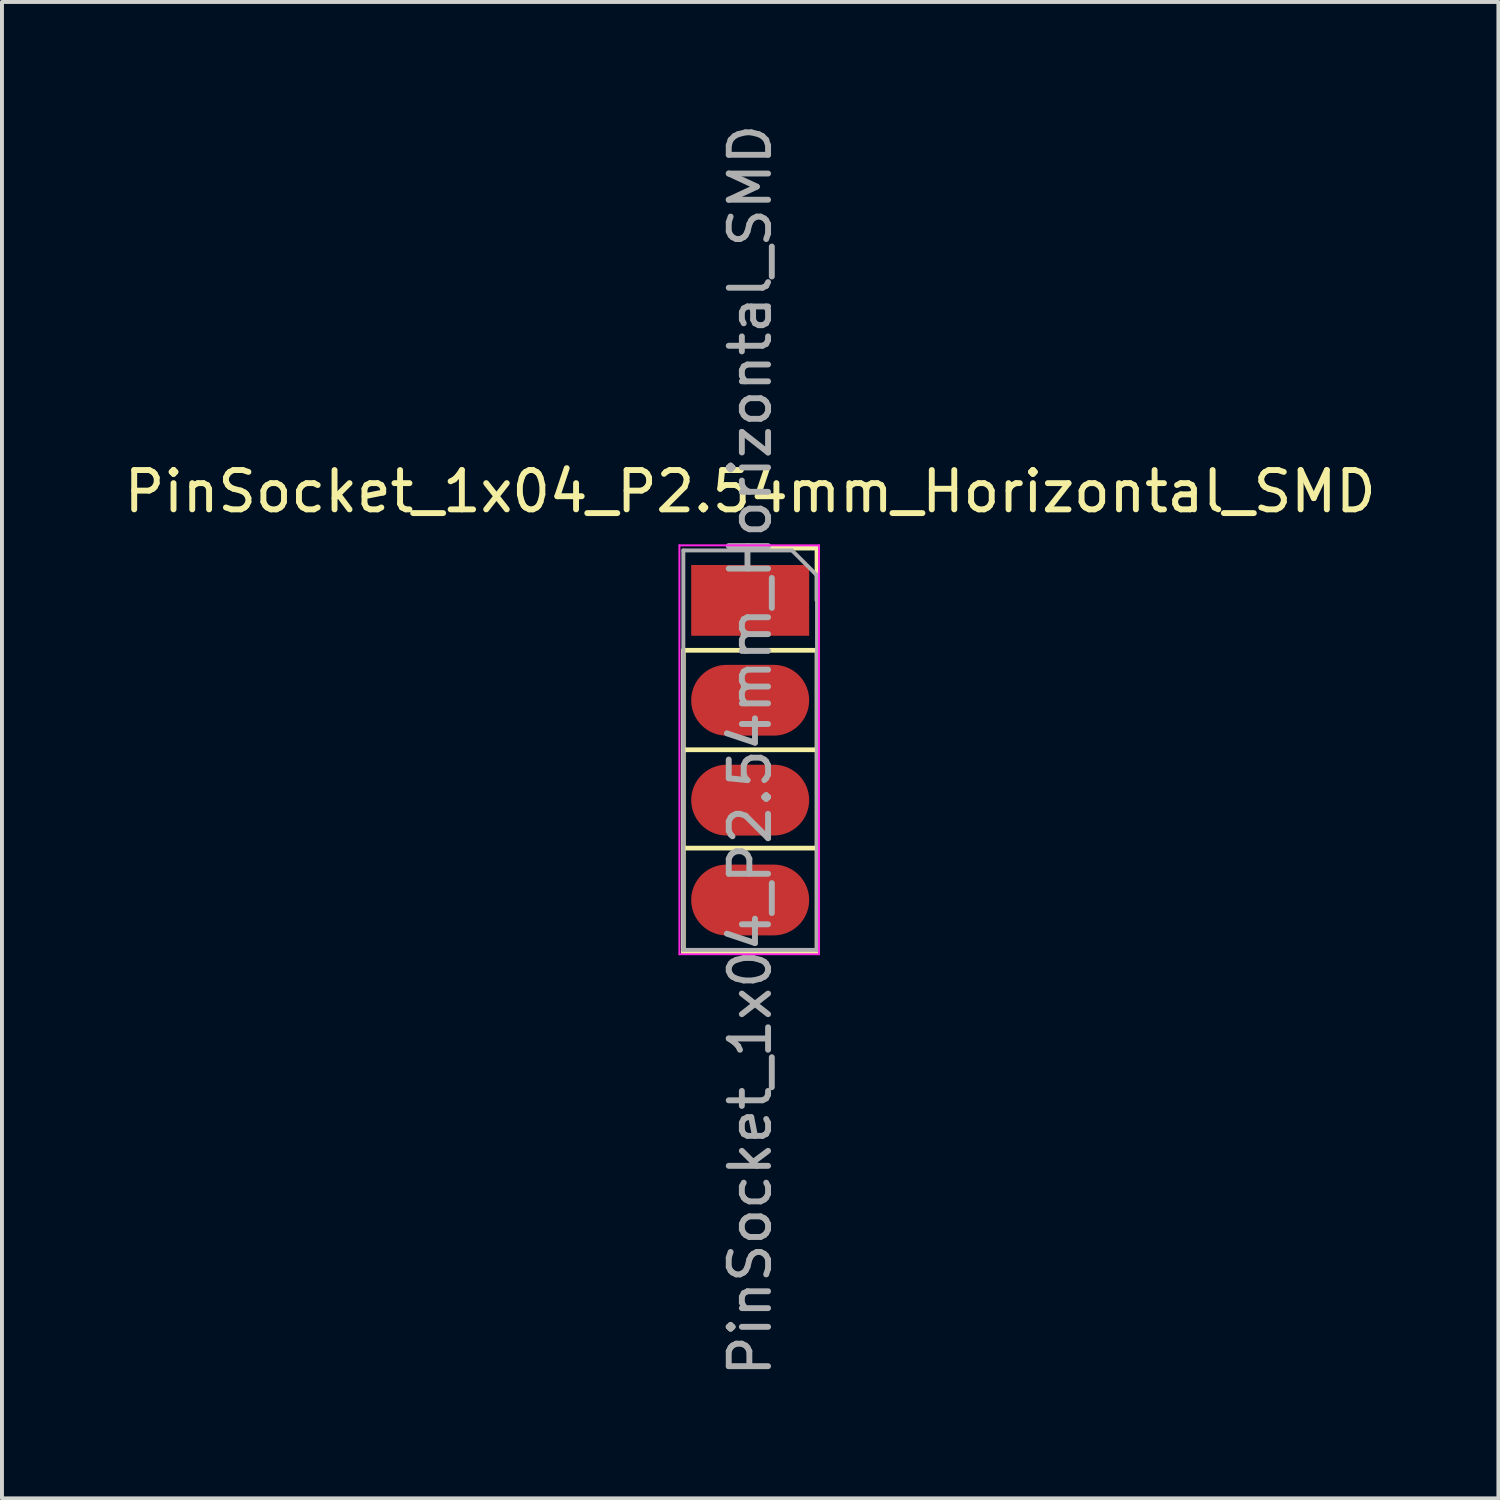
<source format=kicad_pcb>
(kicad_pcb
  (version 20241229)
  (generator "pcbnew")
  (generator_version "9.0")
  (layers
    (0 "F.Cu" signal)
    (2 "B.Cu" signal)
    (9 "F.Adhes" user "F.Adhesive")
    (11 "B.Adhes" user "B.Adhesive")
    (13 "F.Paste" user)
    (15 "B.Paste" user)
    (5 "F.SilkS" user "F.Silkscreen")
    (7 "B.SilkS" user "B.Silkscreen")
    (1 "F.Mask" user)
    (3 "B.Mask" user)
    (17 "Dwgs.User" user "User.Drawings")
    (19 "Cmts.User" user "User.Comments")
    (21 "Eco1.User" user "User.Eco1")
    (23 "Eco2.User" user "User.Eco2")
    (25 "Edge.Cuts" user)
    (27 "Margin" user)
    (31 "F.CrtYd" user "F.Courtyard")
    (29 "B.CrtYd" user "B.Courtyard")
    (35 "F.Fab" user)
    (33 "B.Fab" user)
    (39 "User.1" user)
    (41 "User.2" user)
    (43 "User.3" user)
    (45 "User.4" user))
  (footprint "PinSocket_1x04_P2.54mm_Horizontal_SMD"
    (layer "F.Cu")
    (at 16.03 12.22)
    (property "Reference" "PinSocket_1x04_P2.54mm_Horizontal_SMD" (at 0 -2.77 0) (layer "F.SilkS") (effects (font (size 1 1) (thickness 0.15))))
    (attr through_hole)
    (fp_line (start -1.7 1.27) (end -1.7 8.95) (stroke (width 0.12) (type solid)) (layer "F.SilkS"))
    (fp_line (start -1.7 1.27) (end 1.7 1.27) (stroke (width 0.12) (type solid)) (layer "F.SilkS"))
    (fp_line (start -1.7 3.8) (end 1.7 3.8) (stroke (width 0.12) (type solid)) (layer "F.SilkS"))
    (fp_line (start -1.7 6.3) (end 1.7 6.3) (stroke (width 0.12) (type solid)) (layer "F.SilkS"))
    (fp_line (start -1.7 8.95) (end 1.7 8.95) (stroke (width 0.12) (type solid)) (layer "F.SilkS"))
    (fp_line (start 0.37 -1.33) (end 1.7 -1.33) (stroke (width 0.12) (type solid)) (layer "F.SilkS"))
    (fp_line (start 1.7 -1.33) (end 1.7 0) (stroke (width 0.12) (type solid)) (layer "F.SilkS"))
    (fp_line (start 1.7 1.27) (end 1.7 8.95) (stroke (width 0.12) (type solid)) (layer "F.SilkS"))
    (fp_line (start -1.8 -1.4) (end 1.75 -1.4) (stroke (width 0.05) (type solid)) (layer "F.CrtYd"))
    (fp_line (start -1.8 9) (end -1.8 -1.4) (stroke (width 0.05) (type solid)) (layer "F.CrtYd"))
    (fp_line (start 1.75 -1.4) (end 1.75 9) (stroke (width 0.05) (type solid)) (layer "F.CrtYd"))
    (fp_line (start 1.75 9) (end -1.8 9) (stroke (width 0.05) (type solid)) (layer "F.CrtYd"))
    (fp_line (start -1.7 -1.27) (end 1.065 -1.27) (stroke (width 0.1) (type solid)) (layer "F.Fab"))
    (fp_line (start -1.7 8.89) (end -1.7 -1.27) (stroke (width 0.1) (type solid)) (layer "F.Fab"))
    (fp_line (start 1.065 -1.27) (end 1.7 -0.635) (stroke (width 0.1) (type solid)) (layer "F.Fab"))
    (fp_line (start 1.7 -0.635) (end 1.7 8.89) (stroke (width 0.1) (type solid)) (layer "F.Fab"))
    (fp_line (start 1.7 8.89) (end -1.7 8.89) (stroke (width 0.1) (type solid)) (layer "F.Fab"))
    (fp_text user "${REFERENCE}" (at 0 3.81 90) (layer "F.Fab") (effects (font (size 1 1) (thickness 0.15))))
    (pad "1" smd rect (at 0 0) (size 3 1.8) (layers "F.Cu" "F.Mask" "F.Paste"))
    (pad "2" smd oval (at 0 2.54) (size 3 1.8) (layers "F.Cu" "F.Mask" "F.Paste"))
    (pad "3" smd oval (at 0 5.08) (size 3 1.8) (layers "F.Cu" "F.Mask" "F.Paste"))
    (pad "4" smd oval (at 0 7.62) (size 3 1.8) (layers "F.Cu" "F.Mask" "F.Paste")))
  (gr_rect
    (start -3 -3)
    (end 35.06 35.06)
    (stroke (width 0.1) (type default))
    (fill no)
    (layer "Edge.Cuts")))
</source>
